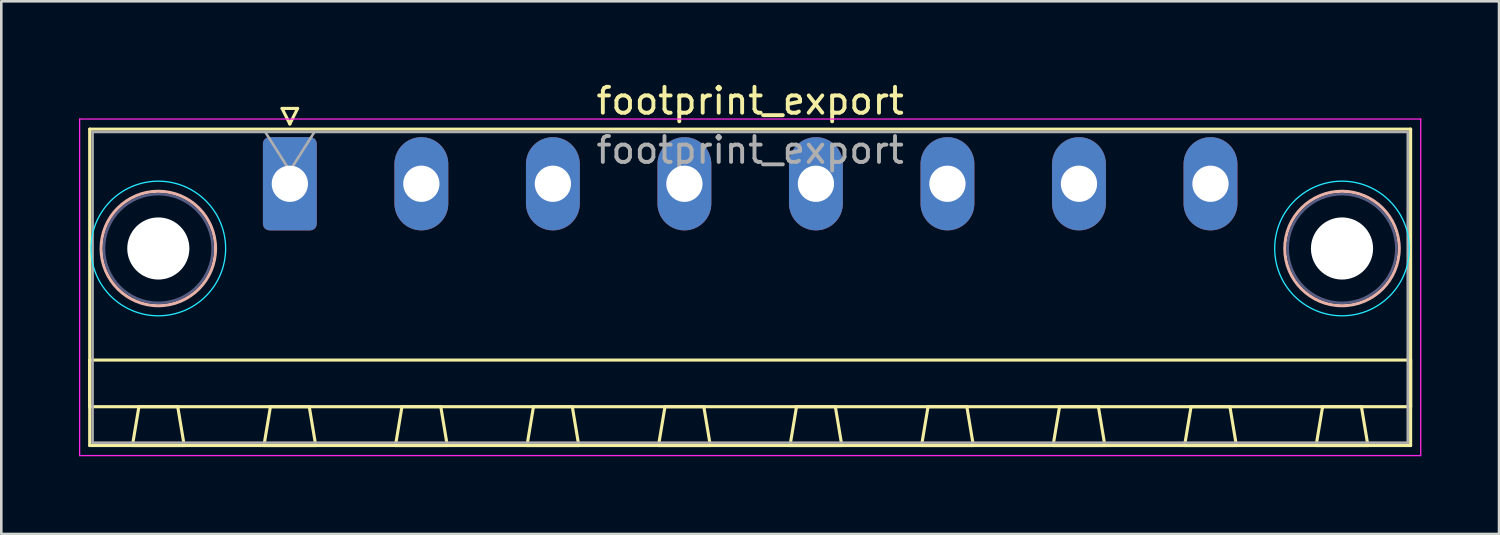
<source format=kicad_pcb>
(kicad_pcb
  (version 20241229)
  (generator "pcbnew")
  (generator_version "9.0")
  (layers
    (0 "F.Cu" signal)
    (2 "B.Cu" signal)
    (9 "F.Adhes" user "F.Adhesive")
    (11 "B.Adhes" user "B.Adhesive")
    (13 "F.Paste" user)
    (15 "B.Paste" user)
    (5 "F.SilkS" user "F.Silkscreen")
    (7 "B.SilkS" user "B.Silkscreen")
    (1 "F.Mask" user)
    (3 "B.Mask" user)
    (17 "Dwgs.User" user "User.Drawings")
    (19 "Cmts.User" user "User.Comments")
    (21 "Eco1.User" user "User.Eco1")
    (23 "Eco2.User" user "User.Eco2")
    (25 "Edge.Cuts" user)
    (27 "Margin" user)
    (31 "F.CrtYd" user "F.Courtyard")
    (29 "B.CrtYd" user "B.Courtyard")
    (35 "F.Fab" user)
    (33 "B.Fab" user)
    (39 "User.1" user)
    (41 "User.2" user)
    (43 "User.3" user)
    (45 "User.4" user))
  (footprint "footprint_export"
    (layer "F.Cu")
    (at 8.145 4.048)
    (property "Reference" "footprint_export" (at 17.78 -3.2 0) (layer "F.SilkS") (effects (font (size 1 1) (thickness 0.15))))
    (attr through_hole)
    (fp_line (start -7.73 -2.11) (end -7.73 10.11) (stroke (width 0.12) (type solid)) (layer "F.SilkS"))
    (fp_line (start -7.73 6.81) (end 43.29 6.81) (stroke (width 0.12) (type solid)) (layer "F.SilkS"))
    (fp_line (start -7.73 8.61) (end -7.73 6.81) (stroke (width 0.12) (type solid)) (layer "F.SilkS"))
    (fp_line (start -7.73 10.11) (end 43.29 10.11) (stroke (width 0.12) (type solid)) (layer "F.SilkS"))
    (fp_line (start -6.08 10.11) (end -4.08 10.11) (stroke (width 0.12) (type solid)) (layer "F.SilkS"))
    (fp_line (start -5.83 8.61) (end -6.08 10.11) (stroke (width 0.12) (type solid)) (layer "F.SilkS"))
    (fp_line (start -4.33 8.61) (end -5.83 8.61) (stroke (width 0.12) (type solid)) (layer "F.SilkS"))
    (fp_line (start -4.08 10.11) (end -4.33 8.61) (stroke (width 0.12) (type solid)) (layer "F.SilkS"))
    (fp_line (start -1 10.11) (end 1 10.11) (stroke (width 0.12) (type solid)) (layer "F.SilkS"))
    (fp_line (start -0.75 8.61) (end -1 10.11) (stroke (width 0.12) (type solid)) (layer "F.SilkS"))
    (fp_line (start -0.3 -2.91) (end 0.3 -2.91) (stroke (width 0.12) (type solid)) (layer "F.SilkS"))
    (fp_line (start 0 -2.31) (end -0.3 -2.91) (stroke (width 0.12) (type solid)) (layer "F.SilkS"))
    (fp_line (start 0.3 -2.91) (end 0 -2.31) (stroke (width 0.12) (type solid)) (layer "F.SilkS"))
    (fp_line (start 0.75 8.61) (end -0.75 8.61) (stroke (width 0.12) (type solid)) (layer "F.SilkS"))
    (fp_line (start 1 10.11) (end 0.75 8.61) (stroke (width 0.12) (type solid)) (layer "F.SilkS"))
    (fp_line (start 4.08 10.11) (end 6.08 10.11) (stroke (width 0.12) (type solid)) (layer "F.SilkS"))
    (fp_line (start 4.33 8.61) (end 4.08 10.11) (stroke (width 0.12) (type solid)) (layer "F.SilkS"))
    (fp_line (start 5.83 8.61) (end 4.33 8.61) (stroke (width 0.12) (type solid)) (layer "F.SilkS"))
    (fp_line (start 6.08 10.11) (end 5.83 8.61) (stroke (width 0.12) (type solid)) (layer "F.SilkS"))
    (fp_line (start 9.16 10.11) (end 11.16 10.11) (stroke (width 0.12) (type solid)) (layer "F.SilkS"))
    (fp_line (start 9.41 8.61) (end 9.16 10.11) (stroke (width 0.12) (type solid)) (layer "F.SilkS"))
    (fp_line (start 10.91 8.61) (end 9.41 8.61) (stroke (width 0.12) (type solid)) (layer "F.SilkS"))
    (fp_line (start 11.16 10.11) (end 10.91 8.61) (stroke (width 0.12) (type solid)) (layer "F.SilkS"))
    (fp_line (start 14.24 10.11) (end 16.24 10.11) (stroke (width 0.12) (type solid)) (layer "F.SilkS"))
    (fp_line (start 14.49 8.61) (end 14.24 10.11) (stroke (width 0.12) (type solid)) (layer "F.SilkS"))
    (fp_line (start 15.99 8.61) (end 14.49 8.61) (stroke (width 0.12) (type solid)) (layer "F.SilkS"))
    (fp_line (start 16.24 10.11) (end 15.99 8.61) (stroke (width 0.12) (type solid)) (layer "F.SilkS"))
    (fp_line (start 19.32 10.11) (end 21.32 10.11) (stroke (width 0.12) (type solid)) (layer "F.SilkS"))
    (fp_line (start 19.57 8.61) (end 19.32 10.11) (stroke (width 0.12) (type solid)) (layer "F.SilkS"))
    (fp_line (start 21.07 8.61) (end 19.57 8.61) (stroke (width 0.12) (type solid)) (layer "F.SilkS"))
    (fp_line (start 21.32 10.11) (end 21.07 8.61) (stroke (width 0.12) (type solid)) (layer "F.SilkS"))
    (fp_line (start 24.4 10.11) (end 26.4 10.11) (stroke (width 0.12) (type solid)) (layer "F.SilkS"))
    (fp_line (start 24.65 8.61) (end 24.4 10.11) (stroke (width 0.12) (type solid)) (layer "F.SilkS"))
    (fp_line (start 26.15 8.61) (end 24.65 8.61) (stroke (width 0.12) (type solid)) (layer "F.SilkS"))
    (fp_line (start 26.4 10.11) (end 26.15 8.61) (stroke (width 0.12) (type solid)) (layer "F.SilkS"))
    (fp_line (start 29.48 10.11) (end 31.48 10.11) (stroke (width 0.12) (type solid)) (layer "F.SilkS"))
    (fp_line (start 29.73 8.61) (end 29.48 10.11) (stroke (width 0.12) (type solid)) (layer "F.SilkS"))
    (fp_line (start 31.23 8.61) (end 29.73 8.61) (stroke (width 0.12) (type solid)) (layer "F.SilkS"))
    (fp_line (start 31.48 10.11) (end 31.23 8.61) (stroke (width 0.12) (type solid)) (layer "F.SilkS"))
    (fp_line (start 34.56 10.11) (end 36.56 10.11) (stroke (width 0.12) (type solid)) (layer "F.SilkS"))
    (fp_line (start 34.81 8.61) (end 34.56 10.11) (stroke (width 0.12) (type solid)) (layer "F.SilkS"))
    (fp_line (start 36.31 8.61) (end 34.81 8.61) (stroke (width 0.12) (type solid)) (layer "F.SilkS"))
    (fp_line (start 36.56 10.11) (end 36.31 8.61) (stroke (width 0.12) (type solid)) (layer "F.SilkS"))
    (fp_line (start 39.64 10.11) (end 41.64 10.11) (stroke (width 0.12) (type solid)) (layer "F.SilkS"))
    (fp_line (start 39.89 8.61) (end 39.64 10.11) (stroke (width 0.12) (type solid)) (layer "F.SilkS"))
    (fp_line (start 41.39 8.61) (end 39.89 8.61) (stroke (width 0.12) (type solid)) (layer "F.SilkS"))
    (fp_line (start 41.64 10.11) (end 41.39 8.61) (stroke (width 0.12) (type solid)) (layer "F.SilkS"))
    (fp_line (start 43.29 -2.11) (end -7.73 -2.11) (stroke (width 0.12) (type solid)) (layer "F.SilkS"))
    (fp_line (start 43.29 6.81) (end 43.29 8.61) (stroke (width 0.12) (type solid)) (layer "F.SilkS"))
    (fp_line (start 43.29 8.61) (end -7.73 8.61) (stroke (width 0.12) (type solid)) (layer "F.SilkS"))
    (fp_line (start 43.29 10.11) (end 43.29 -2.11) (stroke (width 0.12) (type solid)) (layer "F.SilkS"))
    (fp_circle (center -5.08 2.5) (end -2.87 2.5) (stroke (width 0.12) (type solid)) (fill no) (layer "B.SilkS"))
    (fp_circle (center 40.64 2.5) (end 42.85 2.5) (stroke (width 0.12) (type solid)) (fill no) (layer "B.SilkS"))
    (fp_circle (center -5.08 2.5) (end -2.48 2.5) (stroke (width 0.05) (type solid)) (fill no) (layer "B.CrtYd"))
    (fp_circle (center 40.64 2.5) (end 43.24 2.5) (stroke (width 0.05) (type solid)) (fill no) (layer "B.CrtYd"))
    (fp_line (start -8.12 -2.5) (end -8.12 10.5) (stroke (width 0.05) (type solid)) (layer "F.CrtYd"))
    (fp_line (start -8.12 10.5) (end 43.68 10.5) (stroke (width 0.05) (type solid)) (layer "F.CrtYd"))
    (fp_line (start 43.68 -2.5) (end -8.12 -2.5) (stroke (width 0.05) (type solid)) (layer "F.CrtYd"))
    (fp_line (start 43.68 10.5) (end 43.68 -2.5) (stroke (width 0.05) (type solid)) (layer "F.CrtYd"))
    (fp_circle (center -5.08 2.5) (end -2.98 2.5) (stroke (width 0.1) (type solid)) (fill no) (layer "B.Fab"))
    (fp_circle (center 40.64 2.5) (end 42.74 2.5) (stroke (width 0.1) (type solid)) (fill no) (layer "B.Fab"))
    (fp_line (start -7.62 -2) (end -7.62 10) (stroke (width 0.1) (type solid)) (layer "F.Fab"))
    (fp_line (start -7.62 10) (end 43.18 10) (stroke (width 0.1) (type solid)) (layer "F.Fab"))
    (fp_line (start 0 -0.5) (end -0.95 -2) (stroke (width 0.1) (type solid)) (layer "F.Fab"))
    (fp_line (start 0.95 -2) (end 0 -0.5) (stroke (width 0.1) (type solid)) (layer "F.Fab"))
    (fp_line (start 43.18 -2) (end -7.62 -2) (stroke (width 0.1) (type solid)) (layer "F.Fab"))
    (fp_line (start 43.18 10) (end 43.18 -2) (stroke (width 0.1) (type solid)) (layer "F.Fab"))
    (fp_text user "${REFERENCE}" (at 17.78 -1.3 0) (layer "F.Fab") (effects (font (size 1 1) (thickness 0.15))))
    (pad "" np_thru_hole circle (at -5.08 2.5) (size 2.4 2.4) (drill 2.4) (layers "*.Cu" "*.Mask"))
    (pad "" np_thru_hole circle (at 40.64 2.5) (size 2.4 2.4) (drill 2.4) (layers "*.Cu" "*.Mask"))
    (pad "1" thru_hole roundrect (at 0 0) (size 2.08 3.6) (drill 1.4) (layers "*.Cu" "*.Mask") (roundrect_rratio 0.12))
    (pad "2" thru_hole oval (at 5.08 0) (size 2.08 3.6) (drill 1.4) (layers "*.Cu" "*.Mask"))
    (pad "3" thru_hole oval (at 10.16 0) (size 2.08 3.6) (drill 1.4) (layers "*.Cu" "*.Mask"))
    (pad "4" thru_hole oval (at 15.24 0) (size 2.08 3.6) (drill 1.4) (layers "*.Cu" "*.Mask"))
    (pad "5" thru_hole oval (at 20.32 0) (size 2.08 3.6) (drill 1.4) (layers "*.Cu" "*.Mask"))
    (pad "6" thru_hole oval (at 25.4 0) (size 2.08 3.6) (drill 1.4) (layers "*.Cu" "*.Mask"))
    (pad "7" thru_hole oval (at 30.48 0) (size 2.08 3.6) (drill 1.4) (layers "*.Cu" "*.Mask"))
    (pad "8" thru_hole oval (at 35.56 0) (size 2.08 3.6) (drill 1.4) (layers "*.Cu" "*.Mask")))
  (gr_rect
    (start -3 -3)
    (end 54.85 17.573)
    (stroke (width 0.1) (type default))
    (fill no)
    (layer "Edge.Cuts")))
</source>
